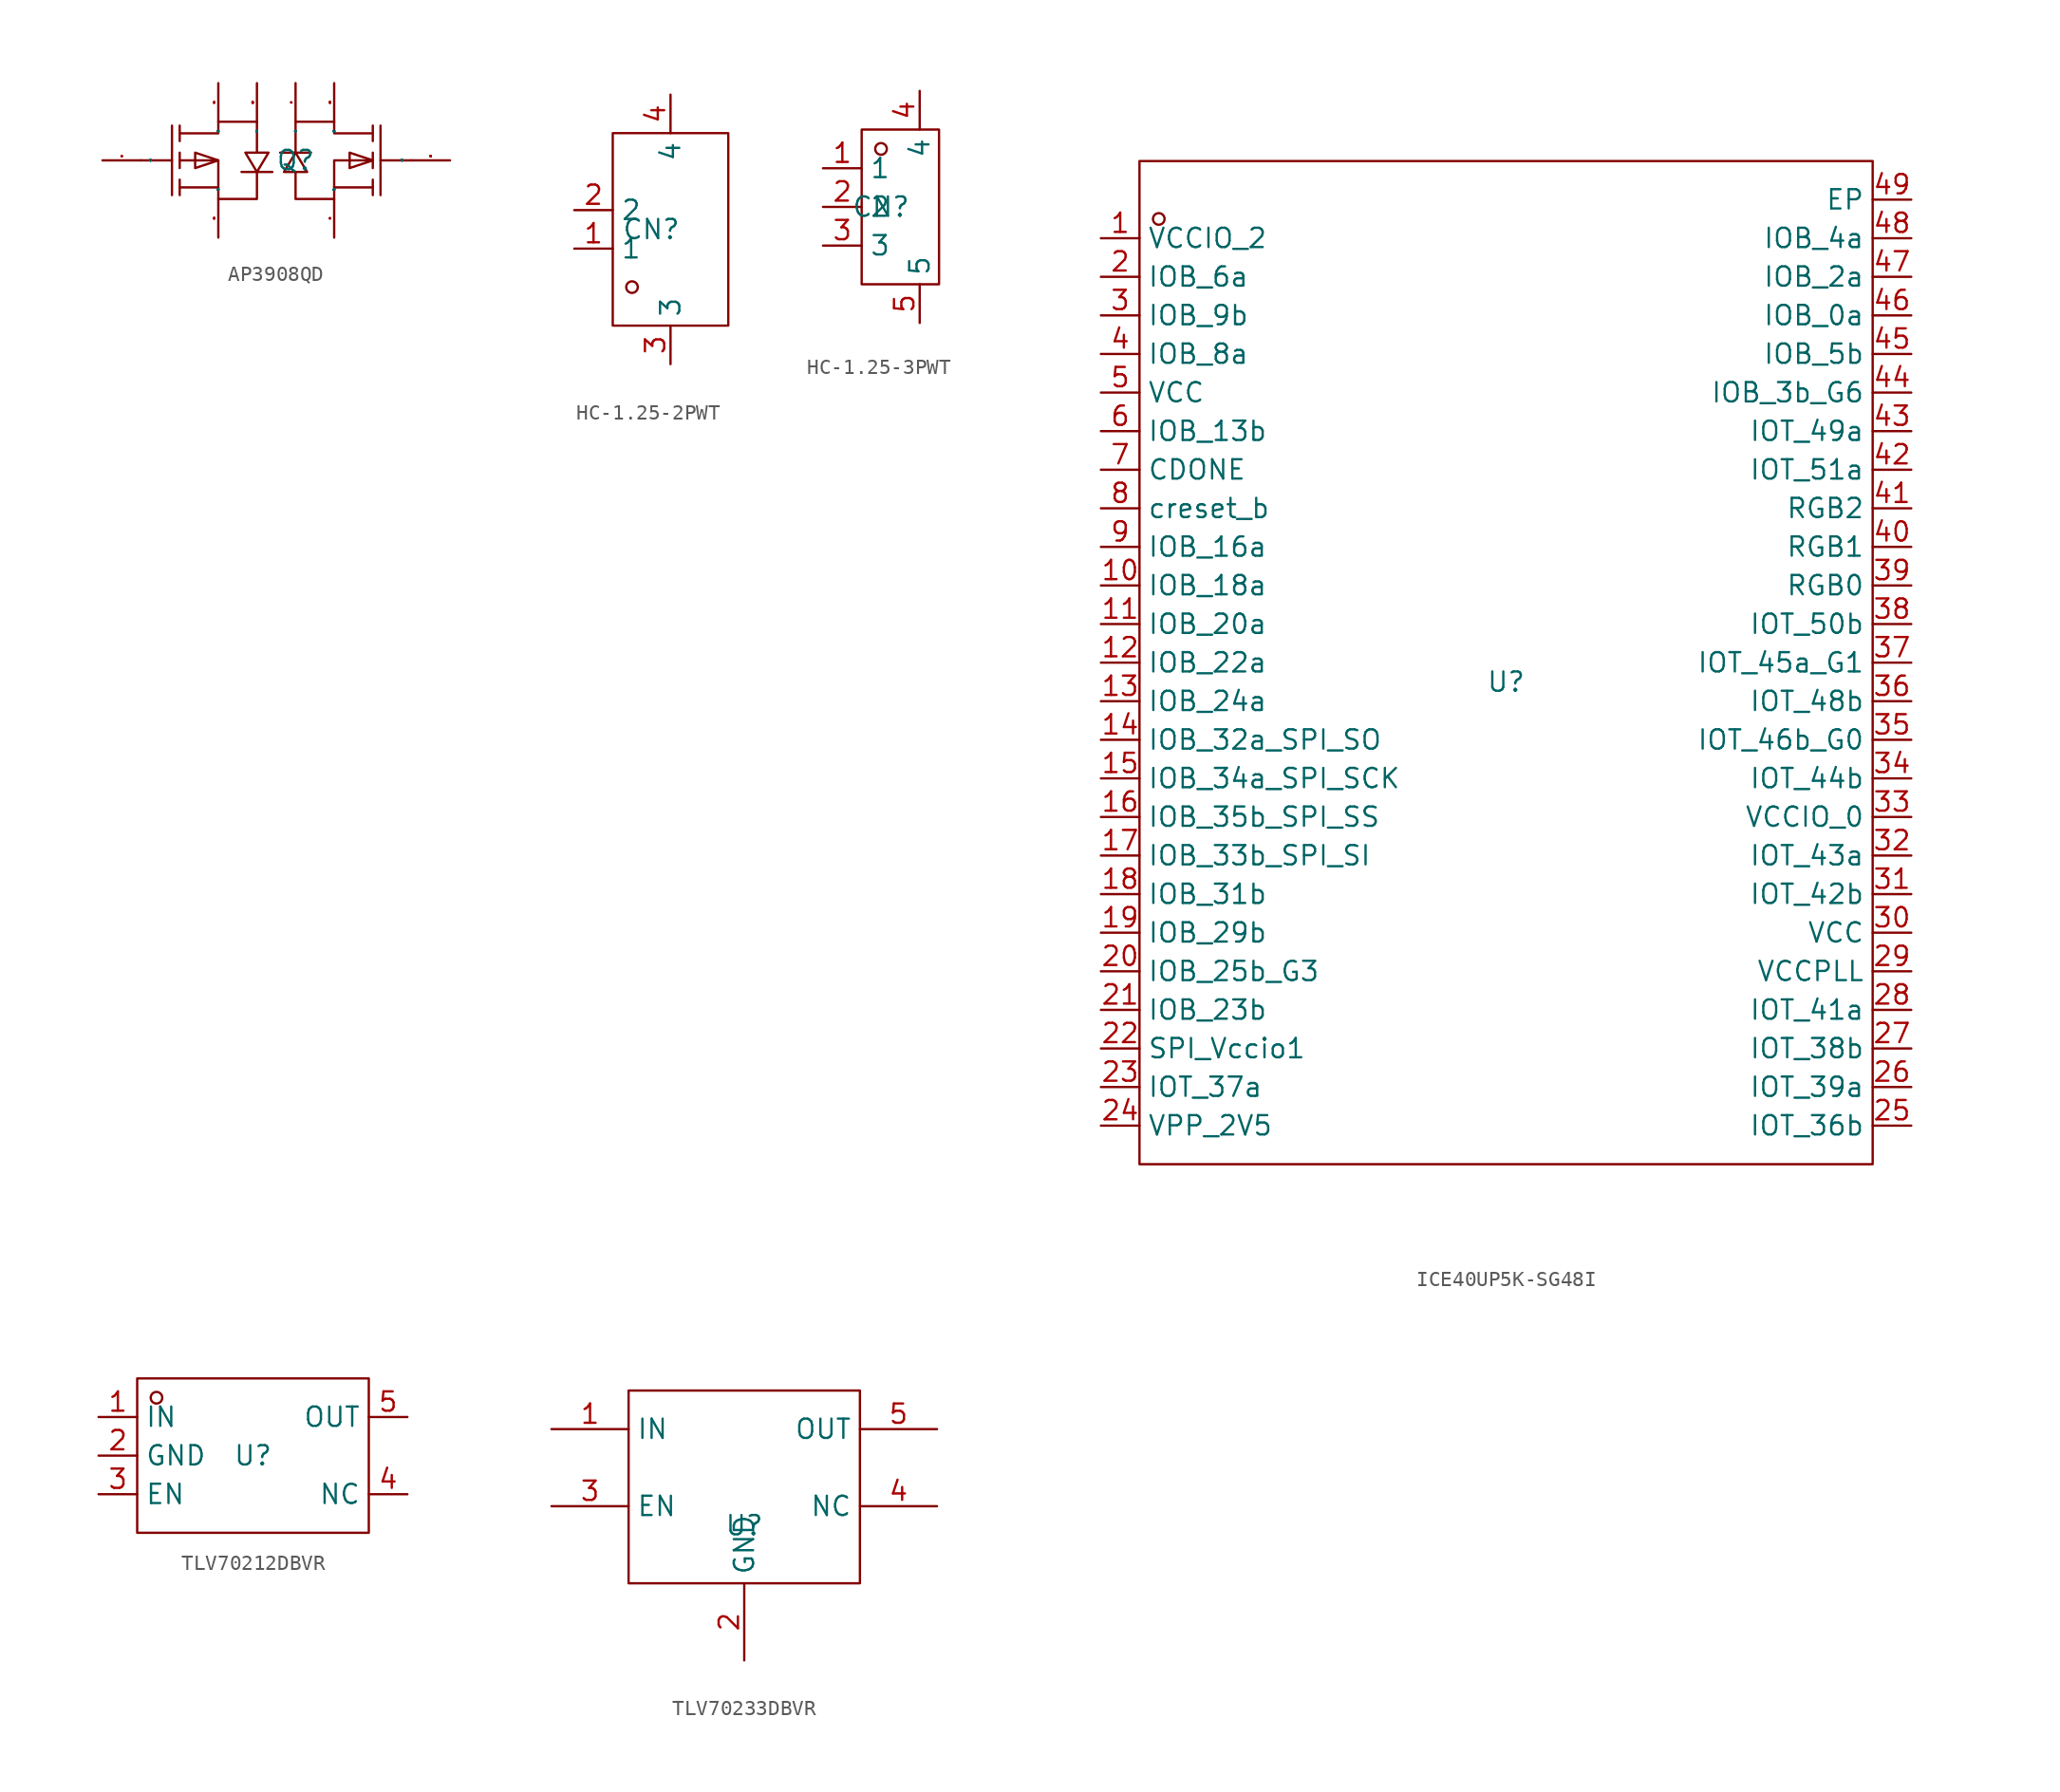
<source format=kicad_sym>
(kicad_symbol_lib
  (version 20241209)
  (generator "kicad_symbol_editor")
  (generator_version "9.0")
  (symbol "AP3908QD"
    (property "Reference" "Q"
      (at 0 0 0)
      (effects (font (size 1.27 1.27))))
    (property "Value" ""
      (at 0 0 0)
      (effects (font (size 1.27 1.27))))
    (symbol "AP3908QD_1_0"
      (polyline (pts (xy -10.16 0) (xy -8.128 0)) (stroke (width 0) (type default)) (fill (type none)))
      (polyline (pts (xy -8.128 2.286) (xy -8.128 -2.286)) (stroke (width 0) (type default)) (fill (type none)))
      (polyline (pts (xy -7.62 2.286) (xy -7.62 1.27)) (stroke (width 0) (type default)) (fill (type none)))
      (polyline (pts (xy -7.62 1.778) (xy -5.08 1.778) (xy -5.08 1.778) (xy -5.08 2.54) (xy -5.08 2.54) (xy -2.54 2.54) (xy -2.54 2.54) (xy -2.54 0.508)) (stroke (width 0) (type default)) (fill (type none)))
      (polyline (pts (xy -7.62 0) (xy -5.08 0) (xy -5.08 0) (xy -5.08 -2.54) (xy -5.08 -2.54) (xy -2.54 -2.54) (xy -2.54 -2.54) (xy -2.54 -0.762)) (stroke (width 0) (type default)) (fill (type none)))
      (polyline (pts (xy -7.62 -0.508) (xy -7.62 0.508)) (stroke (width 0) (type default)) (fill (type none)))
      (polyline (pts (xy -7.62 -2.286) (xy -7.62 -1.27)) (stroke (width 0) (type default)) (fill (type none)))
      (polyline (pts (xy -5.08 0) (xy -6.604 0.508) (xy -6.604 0.508) (xy -6.604 -0.508) (xy -6.604 -0.508) (xy -5.08 0)) (stroke (width 0) (type default)) (fill (type none)))
      (polyline (pts (xy -5.08 -1.778) (xy -7.62 -1.778)) (stroke (width 0) (type default)) (fill (type none)))
      (polyline (pts (xy -2.54 -0.762) (xy -3.302 0.508) (xy -3.302 0.508) (xy -1.778 0.508) (xy -1.778 0.508) (xy -2.54 -0.762)) (stroke (width 0) (type default)) (fill (type none)))
      (polyline (pts (xy -1.524 -0.762) (xy -2.032 -0.762) (xy -2.032 -0.762) (xy -3.048 -0.762) (xy -3.048 -0.762) (xy -3.556 -0.762)) (stroke (width 0) (type default)) (fill (type none)))
      (polyline (pts (xy -1.016 0.508) (xy -0.508 0.508) (xy -0.508 0.508) (xy 0.508 0.508) (xy 0.508 0.508) (xy 1.016 0.508)) (stroke (width 0) (type default)) (fill (type none)))
      (polyline (pts (xy 0 0.508) (xy 0.762 -0.762) (xy 0.762 -0.762) (xy -0.762 -0.762) (xy -0.762 -0.762) (xy 0 0.508)) (stroke (width 0) (type default)) (fill (type none)))
      (polyline (pts (xy 2.54 -1.778) (xy 5.08 -1.778)) (stroke (width 0) (type default)) (fill (type none)))
      (polyline (pts (xy 5.08 2.286) (xy 5.08 1.27)) (stroke (width 0) (type default)) (fill (type none)))
      (polyline (pts (xy 5.08 1.778) (xy 2.54 1.778) (xy 2.54 1.778) (xy 2.54 2.54) (xy 2.54 2.54) (xy 0 2.54) (xy 0 2.54) (xy 0 0.508)) (stroke (width 0) (type default)) (fill (type none)))
      (polyline (pts (xy 5.08 0) (xy 3.556 -0.508) (xy 3.556 -0.508) (xy 3.556 0.508) (xy 3.556 0.508) (xy 5.08 0)) (stroke (width 0) (type default)) (fill (type none)))
      (polyline (pts (xy 5.08 0) (xy 2.54 0) (xy 2.54 0) (xy 2.54 -2.54) (xy 2.54 -2.54) (xy 0 -2.54) (xy 0 -2.54) (xy 0 -0.762)) (stroke (width 0) (type default)) (fill (type none)))
      (polyline (pts (xy 5.08 -0.508) (xy 5.08 0.508)) (stroke (width 0) (type default)) (fill (type none)))
      (polyline (pts (xy 5.08 -2.286) (xy 5.08 -1.27)) (stroke (width 0) (type default)) (fill (type none)))
      (polyline (pts (xy 5.588 2.286) (xy 5.588 -2.286)) (stroke (width 0) (type default)) (fill (type none)))
      (polyline (pts (xy 7.62 0) (xy 5.588 0)) (stroke (width 0) (type default)) (fill (type none)))
      (pin unspecified line (at -12.7 0 0) (length 2.54) (name "G" (effects (font (size 0.025 0.025)))) (number "4" (effects (font (size 0.025 0.025)))))
      (pin unspecified line (at -5.08 5.08 270) (length 2.54) (name "D" (effects (font (size 0.025 0.025)))) (number "5" (effects (font (size 0.025 0.025)))))
      (pin unspecified line (at -5.08 -5.08 90) (length 2.54) (name "S" (effects (font (size 0.025 0.025)))) (number "3" (effects (font (size 0.025 0.025)))))
      (pin unspecified line (at -2.54 5.08 270) (length 2.54) (name "D" (effects (font (size 0.025 0.025)))) (number "6" (effects (font (size 0.025 0.025)))))
      (pin unspecified line (at 0 5.08 270) (length 2.54) (name "D" (effects (font (size 0.025 0.025)))) (number "7" (effects (font (size 0.025 0.025)))))
      (pin unspecified line (at 2.54 5.08 270) (length 2.54) (name "D" (effects (font (size 0.025 0.025)))) (number "8" (effects (font (size 0.025 0.025)))))
      (pin unspecified line (at 2.54 -5.08 90) (length 2.54) (name "S" (effects (font (size 0.025 0.025)))) (number "1" (effects (font (size 0.025 0.025)))))
      (pin unspecified line (at 10.16 0 180) (length 2.54) (name "G" (effects (font (size 0.025 0.025)))) (number "2" (effects (font (size 0.025 0.025)))))))
  (symbol "HC-1.25-2PWT"
    (property "Reference" "CN"
      (at 0 0 0)
      (effects (font (size 1.27 1.27))))
    (property "Value" ""
      (at 0 0 0)
      (effects (font (size 1.27 1.27))))
    (symbol "HC-1.25-2PWT_1_0"
      (rectangle (start -2.54 -6.35) (end 5.08 6.35) (stroke (width 0) (type default)) (fill (type none)))
      (circle (center -1.27 -3.81) (radius 0.381) (stroke (width 0) (type default)) (fill (type none)))
      (pin unspecified line (at -5.08 1.27 0) (length 2.54) (name "2" (effects (font (size 1.27 1.27)))) (number "2" (effects (font (size 1.27 1.27)))))
      (pin unspecified line (at -5.08 -1.27 0) (length 2.54) (name "1" (effects (font (size 1.27 1.27)))) (number "1" (effects (font (size 1.27 1.27)))))
      (pin unspecified line (at 1.27 8.89 270) (length 2.54) (name "4" (effects (font (size 1.27 1.27)))) (number "4" (effects (font (size 1.27 1.27)))))
      (pin unspecified line (at 1.27 -8.89 90) (length 2.54) (name "3" (effects (font (size 1.27 1.27)))) (number "3" (effects (font (size 1.27 1.27)))))))
  (symbol "HC-1.25-3PWT"
    (property "Reference" "CN"
      (at 0 0 0)
      (effects (font (size 1.27 1.27))))
    (property "Value" ""
      (at 0 0 0)
      (effects (font (size 1.27 1.27))))
    (symbol "HC-1.25-3PWT_1_0"
      (rectangle (start -1.27 -5.08) (end 3.81 5.08) (stroke (width 0) (type default)) (fill (type none)))
      (circle (center 0 3.81) (radius 0.381) (stroke (width 0) (type default)) (fill (type none)))
      (pin unspecified line (at -3.81 2.54 0) (length 2.54) (name "1" (effects (font (size 1.27 1.27)))) (number "1" (effects (font (size 1.27 1.27)))))
      (pin unspecified line (at -3.81 0 0) (length 2.54) (name "2" (effects (font (size 1.27 1.27)))) (number "2" (effects (font (size 1.27 1.27)))))
      (pin unspecified line (at -3.81 -2.54 0) (length 2.54) (name "3" (effects (font (size 1.27 1.27)))) (number "3" (effects (font (size 1.27 1.27)))))
      (pin unspecified line (at 2.54 7.62 270) (length 2.54) (name "4" (effects (font (size 1.27 1.27)))) (number "4" (effects (font (size 1.27 1.27)))))
      (pin unspecified line (at 2.54 -7.62 90) (length 2.54) (name "5" (effects (font (size 1.27 1.27)))) (number "5" (effects (font (size 1.27 1.27)))))))
  (symbol "ICE40UP5K-SG48I"
    (property "Reference" "U"
      (at 0 0 0)
      (effects (font (size 1.27 1.27))))
    (property "Value" ""
      (at 0 0 0)
      (effects (font (size 1.27 1.27))))
    (symbol "ICE40UP5K-SG48I_1_0"
      (rectangle (start -24.13 -31.75) (end 24.13 34.29) (stroke (width 0) (type default)) (fill (type none)))
      (circle (center -22.86 30.48) (radius 0.381) (stroke (width 0) (type default)) (fill (type none)))
      (pin unspecified line (at -26.67 29.21 0) (length 2.54) (name "VCCIO_2" (effects (font (size 1.27 1.27)))) (number "1" (effects (font (size 1.27 1.27)))))
      (pin unspecified line (at -26.67 26.67 0) (length 2.54) (name "IOB_6a" (effects (font (size 1.27 1.27)))) (number "2" (effects (font (size 1.27 1.27)))))
      (pin unspecified line (at -26.67 24.13 0) (length 2.54) (name "IOB_9b" (effects (font (size 1.27 1.27)))) (number "3" (effects (font (size 1.27 1.27)))))
      (pin unspecified line (at -26.67 21.59 0) (length 2.54) (name "IOB_8a" (effects (font (size 1.27 1.27)))) (number "4" (effects (font (size 1.27 1.27)))))
      (pin unspecified line (at -26.67 19.05 0) (length 2.54) (name "VCC" (effects (font (size 1.27 1.27)))) (number "5" (effects (font (size 1.27 1.27)))))
      (pin unspecified line (at -26.67 16.51 0) (length 2.54) (name "IOB_13b" (effects (font (size 1.27 1.27)))) (number "6" (effects (font (size 1.27 1.27)))))
      (pin unspecified line (at -26.67 13.97 0) (length 2.54) (name "CDONE" (effects (font (size 1.27 1.27)))) (number "7" (effects (font (size 1.27 1.27)))))
      (pin unspecified line (at -26.67 11.43 0) (length 2.54) (name "creset_b" (effects (font (size 1.27 1.27)))) (number "8" (effects (font (size 1.27 1.27)))))
      (pin unspecified line (at -26.67 8.89 0) (length 2.54) (name "IOB_16a" (effects (font (size 1.27 1.27)))) (number "9" (effects (font (size 1.27 1.27)))))
      (pin unspecified line (at -26.67 6.35 0) (length 2.54) (name "IOB_18a" (effects (font (size 1.27 1.27)))) (number "10" (effects (font (size 1.27 1.27)))))
      (pin unspecified line (at -26.67 3.81 0) (length 2.54) (name "IOB_20a" (effects (font (size 1.27 1.27)))) (number "11" (effects (font (size 1.27 1.27)))))
      (pin unspecified line (at -26.67 1.27 0) (length 2.54) (name "IOB_22a" (effects (font (size 1.27 1.27)))) (number "12" (effects (font (size 1.27 1.27)))))
      (pin unspecified line (at -26.67 -1.27 0) (length 2.54) (name "IOB_24a" (effects (font (size 1.27 1.27)))) (number "13" (effects (font (size 1.27 1.27)))))
      (pin unspecified line (at -26.67 -3.81 0) (length 2.54) (name "IOB_32a_SPI_SO" (effects (font (size 1.27 1.27)))) (number "14" (effects (font (size 1.27 1.27)))))
      (pin unspecified line (at -26.67 -6.35 0) (length 2.54) (name "IOB_34a_SPI_SCK" (effects (font (size 1.27 1.27)))) (number "15" (effects (font (size 1.27 1.27)))))
      (pin unspecified line (at -26.67 -8.89 0) (length 2.54) (name "IOB_35b_SPI_SS" (effects (font (size 1.27 1.27)))) (number "16" (effects (font (size 1.27 1.27)))))
      (pin unspecified line (at -26.67 -11.43 0) (length 2.54) (name "IOB_33b_SPI_SI" (effects (font (size 1.27 1.27)))) (number "17" (effects (font (size 1.27 1.27)))))
      (pin unspecified line (at -26.67 -13.97 0) (length 2.54) (name "IOB_31b" (effects (font (size 1.27 1.27)))) (number "18" (effects (font (size 1.27 1.27)))))
      (pin unspecified line (at -26.67 -16.51 0) (length 2.54) (name "IOB_29b" (effects (font (size 1.27 1.27)))) (number "19" (effects (font (size 1.27 1.27)))))
      (pin unspecified line (at -26.67 -19.05 0) (length 2.54) (name "IOB_25b_G3" (effects (font (size 1.27 1.27)))) (number "20" (effects (font (size 1.27 1.27)))))
      (pin unspecified line (at -26.67 -21.59 0) (length 2.54) (name "IOB_23b" (effects (font (size 1.27 1.27)))) (number "21" (effects (font (size 1.27 1.27)))))
      (pin unspecified line (at -26.67 -24.13 0) (length 2.54) (name "SPI_Vccio1" (effects (font (size 1.27 1.27)))) (number "22" (effects (font (size 1.27 1.27)))))
      (pin unspecified line (at -26.67 -26.67 0) (length 2.54) (name "IOT_37a" (effects (font (size 1.27 1.27)))) (number "23" (effects (font (size 1.27 1.27)))))
      (pin unspecified line (at -26.67 -29.21 0) (length 2.54) (name "VPP_2V5" (effects (font (size 1.27 1.27)))) (number "24" (effects (font (size 1.27 1.27)))))
      (pin unspecified line (at 26.67 31.75 180) (length 2.54) (name "EP" (effects (font (size 1.27 1.27)))) (number "49" (effects (font (size 1.27 1.27)))))
      (pin unspecified line (at 26.67 29.21 180) (length 2.54) (name "IOB_4a" (effects (font (size 1.27 1.27)))) (number "48" (effects (font (size 1.27 1.27)))))
      (pin unspecified line (at 26.67 26.67 180) (length 2.54) (name "IOB_2a" (effects (font (size 1.27 1.27)))) (number "47" (effects (font (size 1.27 1.27)))))
      (pin unspecified line (at 26.67 24.13 180) (length 2.54) (name "IOB_0a" (effects (font (size 1.27 1.27)))) (number "46" (effects (font (size 1.27 1.27)))))
      (pin unspecified line (at 26.67 21.59 180) (length 2.54) (name "IOB_5b" (effects (font (size 1.27 1.27)))) (number "45" (effects (font (size 1.27 1.27)))))
      (pin unspecified line (at 26.67 19.05 180) (length 2.54) (name "IOB_3b_G6" (effects (font (size 1.27 1.27)))) (number "44" (effects (font (size 1.27 1.27)))))
      (pin unspecified line (at 26.67 16.51 180) (length 2.54) (name "IOT_49a" (effects (font (size 1.27 1.27)))) (number "43" (effects (font (size 1.27 1.27)))))
      (pin unspecified line (at 26.67 13.97 180) (length 2.54) (name "IOT_51a" (effects (font (size 1.27 1.27)))) (number "42" (effects (font (size 1.27 1.27)))))
      (pin unspecified line (at 26.67 11.43 180) (length 2.54) (name "RGB2" (effects (font (size 1.27 1.27)))) (number "41" (effects (font (size 1.27 1.27)))))
      (pin unspecified line (at 26.67 8.89 180) (length 2.54) (name "RGB1" (effects (font (size 1.27 1.27)))) (number "40" (effects (font (size 1.27 1.27)))))
      (pin unspecified line (at 26.67 6.35 180) (length 2.54) (name "RGB0" (effects (font (size 1.27 1.27)))) (number "39" (effects (font (size 1.27 1.27)))))
      (pin unspecified line (at 26.67 3.81 180) (length 2.54) (name "IOT_50b" (effects (font (size 1.27 1.27)))) (number "38" (effects (font (size 1.27 1.27)))))
      (pin unspecified line (at 26.67 1.27 180) (length 2.54) (name "IOT_45a_G1" (effects (font (size 1.27 1.27)))) (number "37" (effects (font (size 1.27 1.27)))))
      (pin unspecified line (at 26.67 -1.27 180) (length 2.54) (name "IOT_48b" (effects (font (size 1.27 1.27)))) (number "36" (effects (font (size 1.27 1.27)))))
      (pin unspecified line (at 26.67 -3.81 180) (length 2.54) (name "IOT_46b_G0" (effects (font (size 1.27 1.27)))) (number "35" (effects (font (size 1.27 1.27)))))
      (pin unspecified line (at 26.67 -6.35 180) (length 2.54) (name "IOT_44b" (effects (font (size 1.27 1.27)))) (number "34" (effects (font (size 1.27 1.27)))))
      (pin unspecified line (at 26.67 -8.89 180) (length 2.54) (name "VCCIO_0" (effects (font (size 1.27 1.27)))) (number "33" (effects (font (size 1.27 1.27)))))
      (pin unspecified line (at 26.67 -11.43 180) (length 2.54) (name "IOT_43a" (effects (font (size 1.27 1.27)))) (number "32" (effects (font (size 1.27 1.27)))))
      (pin unspecified line (at 26.67 -13.97 180) (length 2.54) (name "IOT_42b" (effects (font (size 1.27 1.27)))) (number "31" (effects (font (size 1.27 1.27)))))
      (pin unspecified line (at 26.67 -16.51 180) (length 2.54) (name "VCC" (effects (font (size 1.27 1.27)))) (number "30" (effects (font (size 1.27 1.27)))))
      (pin unspecified line (at 26.67 -19.05 180) (length 2.54) (name "VCCPLL" (effects (font (size 1.27 1.27)))) (number "29" (effects (font (size 1.27 1.27)))))
      (pin unspecified line (at 26.67 -21.59 180) (length 2.54) (name "IOT_41a" (effects (font (size 1.27 1.27)))) (number "28" (effects (font (size 1.27 1.27)))))
      (pin unspecified line (at 26.67 -24.13 180) (length 2.54) (name "IOT_38b" (effects (font (size 1.27 1.27)))) (number "27" (effects (font (size 1.27 1.27)))))
      (pin unspecified line (at 26.67 -26.67 180) (length 2.54) (name "IOT_39a" (effects (font (size 1.27 1.27)))) (number "26" (effects (font (size 1.27 1.27)))))
      (pin unspecified line (at 26.67 -29.21 180) (length 2.54) (name "IOT_36b" (effects (font (size 1.27 1.27)))) (number "25" (effects (font (size 1.27 1.27)))))))
  (symbol "TLV70212DBVR"
    (property "Reference" "U"
      (at 0 0 0)
      (effects (font (size 1.27 1.27))))
    (property "Value" ""
      (at 0 0 0)
      (effects (font (size 1.27 1.27))))
    (symbol "TLV70212DBVR_1_0"
      (rectangle (start -7.62 -5.08) (end 7.62 5.08) (stroke (width 0) (type default)) (fill (type none)))
      (circle (center -6.35 3.81) (radius 0.381) (stroke (width 0) (type default)) (fill (type none)))
      (pin unspecified line (at -10.16 2.54 0) (length 2.54) (name "IN" (effects (font (size 1.27 1.27)))) (number "1" (effects (font (size 1.27 1.27)))))
      (pin unspecified line (at -10.16 0 0) (length 2.54) (name "GND" (effects (font (size 1.27 1.27)))) (number "2" (effects (font (size 1.27 1.27)))))
      (pin unspecified line (at -10.16 -2.54 0) (length 2.54) (name "EN" (effects (font (size 1.27 1.27)))) (number "3" (effects (font (size 1.27 1.27)))))
      (pin unspecified line (at 10.16 2.54 180) (length 2.54) (name "OUT" (effects (font (size 1.27 1.27)))) (number "5" (effects (font (size 1.27 1.27)))))
      (pin unspecified line (at 10.16 -2.54 180) (length 2.54) (name "NC" (effects (font (size 1.27 1.27)))) (number "4" (effects (font (size 1.27 1.27)))))))
  (symbol "TLV70233DBVR"
    (property "Reference" "U"
      (at 0 0 0)
      (effects (font (size 1.27 1.27))))
    (property "Value" ""
      (at 0 0 0)
      (effects (font (size 1.27 1.27))))
    (symbol "TLV70233DBVR_1_0"
      (rectangle (start -7.62 -3.81) (end 7.62 8.89) (stroke (width 0) (type default)) (fill (type none)))
      (pin unspecified line (at -12.7 6.35 0) (length 5.08) (name "IN" (effects (font (size 1.27 1.27)))) (number "1" (effects (font (size 1.27 1.27)))))
      (pin unspecified line (at -12.7 1.27 0) (length 5.08) (name "EN" (effects (font (size 1.27 1.27)))) (number "3" (effects (font (size 1.27 1.27)))))
      (pin unspecified line (at 0 -8.89 90) (length 5.08) (name "GND" (effects (font (size 1.27 1.27)))) (number "2" (effects (font (size 1.27 1.27)))))
      (pin unspecified line (at 12.7 6.35 180) (length 5.08) (name "OUT" (effects (font (size 1.27 1.27)))) (number "5" (effects (font (size 1.27 1.27)))))
      (pin unspecified line (at 12.7 1.27 180) (length 5.08) (name "NC" (effects (font (size 1.27 1.27)))) (number "4" (effects (font (size 1.27 1.27))))))))
</source>
